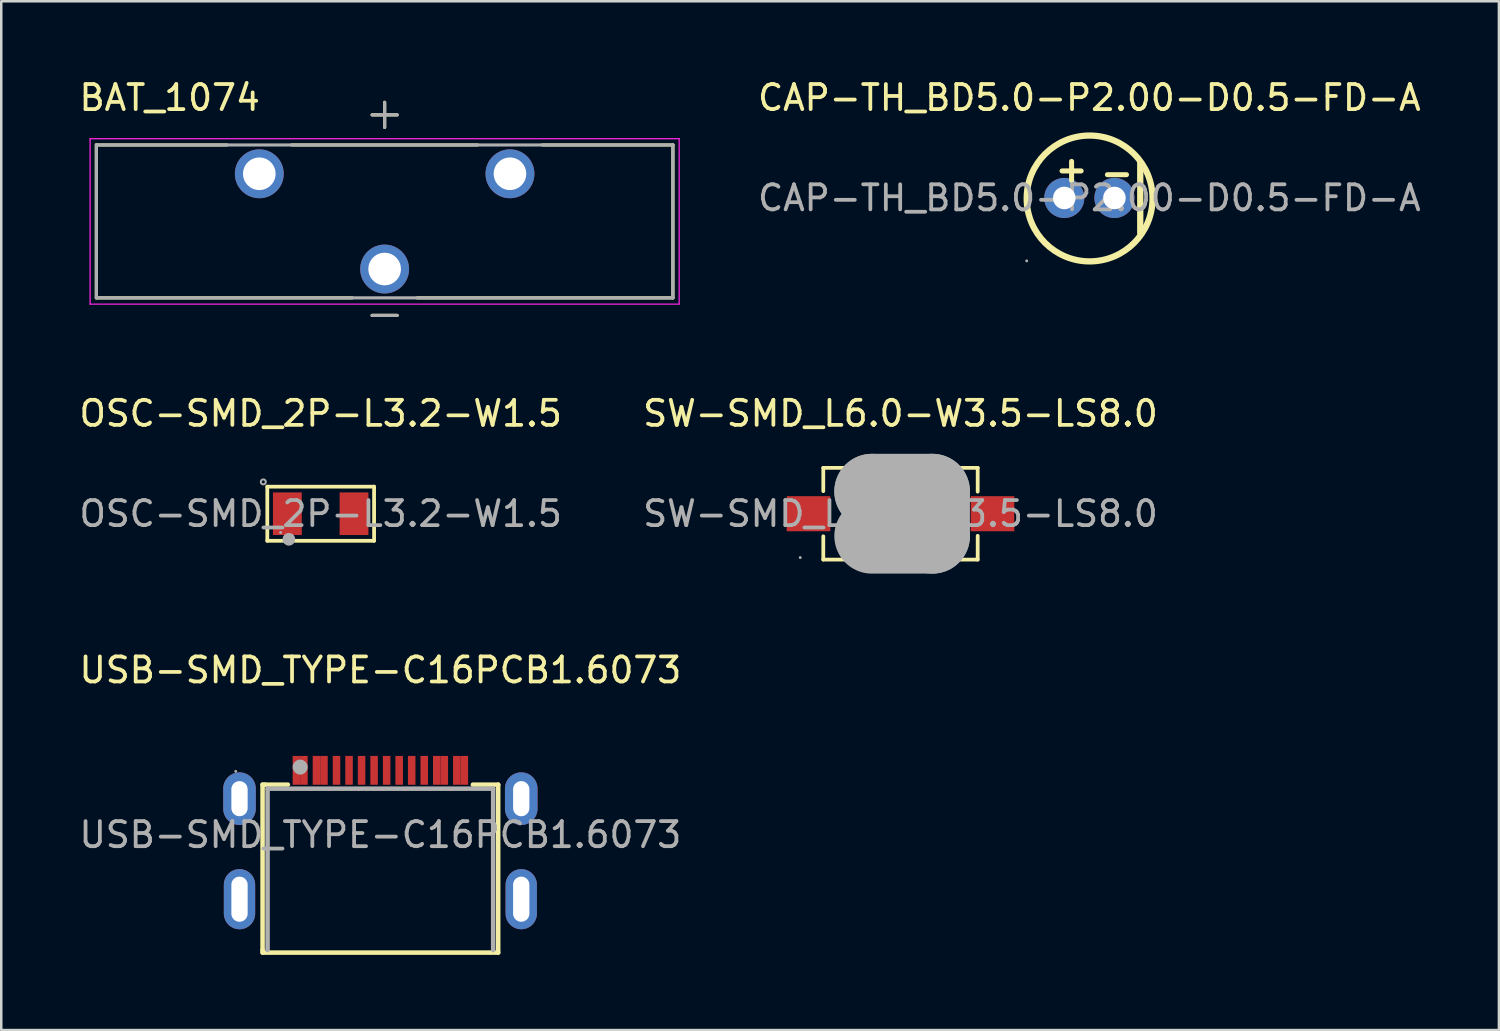
<source format=kicad_pcb>
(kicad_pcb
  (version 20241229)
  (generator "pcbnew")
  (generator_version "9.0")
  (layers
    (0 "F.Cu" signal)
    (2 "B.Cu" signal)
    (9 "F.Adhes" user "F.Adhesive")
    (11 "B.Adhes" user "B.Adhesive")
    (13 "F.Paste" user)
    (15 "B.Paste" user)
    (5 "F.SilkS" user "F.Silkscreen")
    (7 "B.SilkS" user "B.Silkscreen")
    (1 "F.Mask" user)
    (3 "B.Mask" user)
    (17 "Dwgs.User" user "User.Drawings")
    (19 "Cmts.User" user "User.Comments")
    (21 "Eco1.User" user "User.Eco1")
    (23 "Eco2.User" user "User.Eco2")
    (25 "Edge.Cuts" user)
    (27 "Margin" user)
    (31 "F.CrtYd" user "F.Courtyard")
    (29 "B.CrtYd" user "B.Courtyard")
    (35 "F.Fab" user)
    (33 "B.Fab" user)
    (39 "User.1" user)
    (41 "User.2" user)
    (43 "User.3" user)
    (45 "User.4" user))
  (footprint "OSC-SMD_2P-L3.2-W1.5"
    (layer "F.Cu")
    (at 9.744 17.445)
    (property "Reference" "OSC-SMD_2P-L3.2-W1.5" (at 0 -4 0) (layer "F.SilkS") (effects (font (size 1 1) (thickness 0.15))))
    (attr smd)
    (fp_line (start -2.13 -1.08) (end 2.13 -1.08) (stroke (width 0.15) (type solid)) (layer "F.SilkS"))
    (fp_line (start -2.13 1.08) (end -2.13 -1.08) (stroke (width 0.15) (type solid)) (layer "F.SilkS"))
    (fp_line (start 2.13 -1.08) (end 2.13 1.08) (stroke (width 0.15) (type solid)) (layer "F.SilkS"))
    (fp_line (start 2.13 1.08) (end -2.13 1.08) (stroke (width 0.15) (type solid)) (layer "F.SilkS"))
    (fp_circle (center -2.29 -1.27) (end -2.19 -1.27) (stroke (width 0.08) (type solid)) (fill no) (layer "F.Fab"))
    (fp_circle (center -1.6 0.75) (end -1.57 0.75) (stroke (width 0.06) (type solid)) (fill no) (layer "F.Fab"))
    (fp_circle (center -1.27 1.02) (end -1.14 1.02) (stroke (width 0.25) (type solid)) (fill no) (layer "F.Fab"))
    (fp_text user "${REFERENCE}" (at 0 0 0) (layer "F.Fab") (effects (font (size 1 1) (thickness 0.15))))
    (pad "1" smd rect (at -1.33 0) (size 1.15 1.7) (layers "F.Cu" "F.Mask" "F.Paste"))
    (pad "2" smd rect (at 1.33 0) (size 1.15 1.7) (layers "F.Cu" "F.Mask" "F.Paste")))
  (footprint "USB-SMD_TYPE-C16PCB1.6073"
    (layer "F.Cu")
    (at 12.125 30.253)
    (property "Reference" "USB-SMD_TYPE-C16PCB1.6073" (at 0 -6.57 0) (layer "F.SilkS") (effects (font (size 1 1) (thickness 0.15))))
    (attr smd)
    (fp_line (start -4.7 -2) (end -4.7 4.6) (stroke (width 0.18) (type solid)) (layer "F.SilkS"))
    (fp_line (start -4.7 4.7) (end -4.7 4.6) (stroke (width 0.18) (type solid)) (layer "F.SilkS"))
    (fp_line (start -4.6 -2) (end -4.7 -2) (stroke (width 0.18) (type solid)) (layer "F.SilkS"))
    (fp_line (start -4.6 -2) (end -3.69 -2) (stroke (width 0.18) (type solid)) (layer "F.SilkS"))
    (fp_line (start 3.69 -2) (end 4.7 -2) (stroke (width 0.18) (type solid)) (layer "F.SilkS"))
    (fp_line (start 4.7 -2) (end 4.7 4.7) (stroke (width 0.18) (type solid)) (layer "F.SilkS"))
    (fp_line (start 4.7 4.7) (end -4.7 4.7) (stroke (width 0.18) (type solid)) (layer "F.SilkS"))
    (fp_line (start -4.5 -1.84) (end -4.5 4.6) (stroke (width 0.18) (type solid)) (layer "F.Fab"))
    (fp_line (start -4.5 -1.84) (end 4.5 -1.84) (stroke (width 0.18) (type solid)) (layer "F.Fab"))
    (fp_line (start 4.5 -1.84) (end 4.5 4.6) (stroke (width 0.18) (type solid)) (layer "F.Fab"))
    (fp_circle (center -5.77 -2.53) (end -5.74 -2.53) (stroke (width 0.06) (type solid)) (fill no) (layer "F.Fab"))
    (fp_circle (center -3.2 -2.7) (end -3.05 -2.7) (stroke (width 0.3) (type solid)) (fill no) (layer "F.Fab"))
    (fp_text user "${REFERENCE}" (at 0 0 0) (layer "F.Fab") (effects (font (size 1 1) (thickness 0.15))))
    (pad "17" thru_hole oval (at -5.62 2.57) (size 1.25 2.4) (drill oval 0.65 1.8) (layers "*.Cu" "*.Mask"))
    (pad "18" thru_hole oval (at 5.62 2.57) (size 1.25 2.4) (drill oval 0.65 1.8) (layers "*.Cu" "*.Mask"))
    (pad "19" thru_hole oval (at -5.62 -1.44) (size 1.3 2.1) (drill oval 0.65 1.4) (layers "*.Cu" "*.Mask"))
    (pad "20" thru_hole oval (at 5.62 -1.44) (size 1.3 2.1) (drill oval 0.65 1.4) (layers "*.Cu" "*.Mask"))
    (pad "A1" smd rect (at -3.35 -2.57) (size 0.3 1.15) (layers "F.Cu" "F.Mask" "F.Paste"))
    (pad "A4" smd rect (at -2.55 -2.57) (size 0.3 1.15) (layers "F.Cu" "F.Mask" "F.Paste"))
    (pad "A5" smd rect (at -1.25 -2.57) (size 0.3 1.15) (layers "F.Cu" "F.Mask" "F.Paste"))
    (pad "A6" smd rect (at -0.25 -2.57) (size 0.3 1.15) (layers "F.Cu" "F.Mask" "F.Paste"))
    (pad "A7" smd rect (at 0.25 -2.57) (size 0.3 1.15) (layers "F.Cu" "F.Mask" "F.Paste"))
    (pad "A8" smd rect (at 1.25 -2.57) (size 0.3 1.15) (layers "F.Cu" "F.Mask" "F.Paste"))
    (pad "A9" smd rect (at 2.55 -2.57) (size 0.3 1.15) (layers "F.Cu" "F.Mask" "F.Paste"))
    (pad "A12" smd rect (at 3.35 -2.57) (size 0.3 1.15) (layers "F.Cu" "F.Mask" "F.Paste"))
    (pad "B1" smd rect (at 3.05 -2.57) (size 0.3 1.15) (layers "F.Cu" "F.Mask" "F.Paste"))
    (pad "B4" smd rect (at 2.25 -2.57) (size 0.3 1.15) (layers "F.Cu" "F.Mask" "F.Paste"))
    (pad "B5" smd rect (at 1.75 -2.57) (size 0.3 1.15) (layers "F.Cu" "F.Mask" "F.Paste"))
    (pad "B6" smd rect (at 0.75 -2.57) (size 0.3 1.15) (layers "F.Cu" "F.Mask" "F.Paste"))
    (pad "B7" smd rect (at -0.75 -2.57) (size 0.3 1.15) (layers "F.Cu" "F.Mask" "F.Paste"))
    (pad "B8" smd rect (at -1.75 -2.57) (size 0.3 1.15) (layers "F.Cu" "F.Mask" "F.Paste"))
    (pad "B9" smd rect (at -2.25 -2.57) (size 0.3 1.15) (layers "F.Cu" "F.Mask" "F.Paste"))
    (pad "B12" smd rect (at -3.05 -2.57) (size 0.3 1.15) (layers "F.Cu" "F.Mask" "F.Paste")))
  (footprint "BAT_1074"
    (layer "F.Cu")
    (at 12.295 5.783)
    (property "Reference" "BAT_1074" (at -8.575 -4.935 0) (layer "F.SilkS") (effects (font (size 1 1) (thickness 0.15))))
    (attr through_hole)
    (fp_line (start -11.5 -3.05) (end -11.5 3.05) (stroke (width 0.127) (type solid)) (layer "F.SilkS"))
    (fp_line (start -11.5 3.05) (end -1.295 3.05) (stroke (width 0.127) (type solid)) (layer "F.SilkS"))
    (fp_line (start -6.295 -3.05) (end -11.5 -3.05) (stroke (width 0.127) (type solid)) (layer "F.SilkS"))
    (fp_line (start -3.705 -3.05) (end 3.705 -3.05) (stroke (width 0.127) (type solid)) (layer "F.SilkS"))
    (fp_line (start -0.5 -4.25) (end 0.5 -4.25) (stroke (width 0.127) (type solid)) (layer "F.SilkS"))
    (fp_line (start -0.5 3.75) (end 0.5 3.75) (stroke (width 0.127) (type solid)) (layer "F.SilkS"))
    (fp_line (start 0 -3.75) (end 0 -4.75) (stroke (width 0.127) (type solid)) (layer "F.SilkS"))
    (fp_line (start 1.295 3.05) (end 11.5 3.05) (stroke (width 0.127) (type solid)) (layer "F.SilkS"))
    (fp_line (start 11.5 -3.05) (end 6.295 -3.05) (stroke (width 0.127) (type solid)) (layer "F.SilkS"))
    (fp_line (start 11.5 3.05) (end 11.5 -3.05) (stroke (width 0.127) (type solid)) (layer "F.SilkS"))
    (fp_line (start -11.75 -3.3) (end -11.75 3.3) (stroke (width 0.05) (type solid)) (layer "F.CrtYd"))
    (fp_line (start -11.75 3.3) (end 11.75 3.3) (stroke (width 0.05) (type solid)) (layer "F.CrtYd"))
    (fp_line (start 11.75 -3.3) (end -11.75 -3.3) (stroke (width 0.05) (type solid)) (layer "F.CrtYd"))
    (fp_line (start 11.75 3.3) (end 11.75 -3.3) (stroke (width 0.05) (type solid)) (layer "F.CrtYd"))
    (fp_line (start -11.5 -3.05) (end -11.5 3.05) (stroke (width 0.127) (type solid)) (layer "F.Fab"))
    (fp_line (start -11.5 3.05) (end 11.5 3.05) (stroke (width 0.127) (type solid)) (layer "F.Fab"))
    (fp_line (start -0.5 -4.25) (end 0.5 -4.25) (stroke (width 0.127) (type solid)) (layer "F.Fab"))
    (fp_line (start -0.5 3.75) (end 0.5 3.75) (stroke (width 0.127) (type solid)) (layer "F.Fab"))
    (fp_line (start 0 -4.75) (end 0 -3.75) (stroke (width 0.127) (type solid)) (layer "F.Fab"))
    (fp_line (start 11.5 -3.05) (end -11.5 -3.05) (stroke (width 0.127) (type solid)) (layer "F.Fab"))
    (fp_line (start 11.5 3.05) (end 11.5 -3.05) (stroke (width 0.127) (type solid)) (layer "F.Fab"))
    (pad "1" thru_hole circle (at -5 -1.9) (size 1.95 1.95) (drill 1.3) (layers "*.Cu" "*.Mask"))
    (pad "1" thru_hole circle (at 5 -1.9) (size 1.95 1.95) (drill 1.3) (layers "*.Cu" "*.Mask"))
    (pad "2" thru_hole circle (at 0 1.9) (size 1.95 1.95) (drill 1.3) (layers "*.Cu" "*.Mask")))
  (footprint "SW-SMD_L6.0-W3.5-LS8.0"
    (layer "F.Cu")
    (at 32.875 17.445)
    (property "Reference" "SW-SMD_L6.0-W3.5-LS8.0" (at 0 -4 0) (layer "F.SilkS") (effects (font (size 1 1) (thickness 0.15))))
    (attr smd)
    (fp_line (start -3.08 -1.83) (end -3.08 -0.9) (stroke (width 0.15) (type solid)) (layer "F.SilkS"))
    (fp_line (start -3.08 1.83) (end -3.08 0.9) (stroke (width 0.15) (type solid)) (layer "F.SilkS"))
    (fp_line (start 3.08 -1.83) (end -3.08 -1.83) (stroke (width 0.15) (type solid)) (layer "F.SilkS"))
    (fp_line (start 3.08 -1.83) (end 3.08 -0.88) (stroke (width 0.15) (type solid)) (layer "F.SilkS"))
    (fp_line (start 3.08 0.88) (end 3.08 1.83) (stroke (width 0.15) (type solid)) (layer "F.SilkS"))
    (fp_line (start 3.08 1.83) (end -3.08 1.83) (stroke (width 0.15) (type solid)) (layer "F.SilkS"))
    (fp_line (start -1.14 -0.89) (end -1.14 -0.89) (stroke (width 3) (type solid)) (layer "F.Fab"))
    (fp_line (start -1.14 -0.89) (end 1.27 -0.89) (stroke (width 3) (type solid)) (layer "F.Fab"))
    (fp_line (start 1.27 -0.89) (end 1.27 0.89) (stroke (width 3) (type solid)) (layer "F.Fab"))
    (fp_line (start 1.27 0.89) (end -1.14 0.89) (stroke (width 3) (type solid)) (layer "F.Fab"))
    (fp_circle (center -4 1.75) (end -3.97 1.75) (stroke (width 0.06) (type solid)) (fill no) (layer "F.Fab"))
    (fp_text user "${REFERENCE}" (at 0 0 0) (layer "F.Fab") (effects (font (size 1 1) (thickness 0.15))))
    (pad "1" smd rect (at -3.67 0) (size 1.74 1.4) (layers "F.Cu" "F.Mask" "F.Paste"))
    (pad "2" smd rect (at 3.67 0) (size 1.74 1.4) (layers "F.Cu" "F.Mask" "F.Paste")))
  (footprint "CAP-TH_BD5.0-P2.00-D0.5-FD-A"
    (layer "F.Cu")
    (at 40.41 4.848)
    (property "Reference" "CAP-TH_BD5.0-P2.00-D0.5-FD-A" (at 0 -4 0) (layer "F.SilkS") (effects (font (size 1 1) (thickness 0.15))))
    (attr through_hole)
    (fp_line (start 2.03 -1.4) (end 2.03 1.4) (stroke (width 0.25) (type solid)) (layer "F.SilkS"))
    (fp_circle (center 0.01 0.02) (end 2.52 0.02) (stroke (width 0.25) (type solid)) (fill no) (layer "F.SilkS"))
    (fp_circle (center -2.5 2.51) (end -2.47 2.51) (stroke (width 0.06) (type solid)) (fill no) (layer "F.Fab"))
    (fp_circle (center -1 0) (end -0.88 0) (stroke (width 0.25) (type solid)) (fill no) (layer "F.Fab"))
    (fp_circle (center 1 0) (end 1.12 0) (stroke (width 0.25) (type solid)) (fill no) (layer "F.Fab"))
    (fp_text user "-" (at 0.35 -1 0) (layer "F.SilkS") (effects (font (size 1 1) (thickness 0.2)) (justify left)))
    (fp_text user "+" (at -1.46 -1.15 0) (layer "F.SilkS") (effects (font (size 1 1) (thickness 0.2)) (justify left)))
    (fp_text user "${REFERENCE}" (at 0 0 0) (layer "F.Fab") (effects (font (size 1 1) (thickness 0.15))))
    (pad "1" thru_hole circle (at -1 0) (size 1.6 1.6) (drill 0.9) (layers "*.Cu" "*.Mask"))
    (pad "2" thru_hole circle (at 1 0) (size 1.6 1.6) (drill 0.9) (layers "*.Cu" "*.Mask")))
  (gr_rect
    (start -3 -3)
    (end 56.749 38.043)
    (stroke (width 0.1) (type default))
    (fill no)
    (layer "Edge.Cuts")))
</source>
